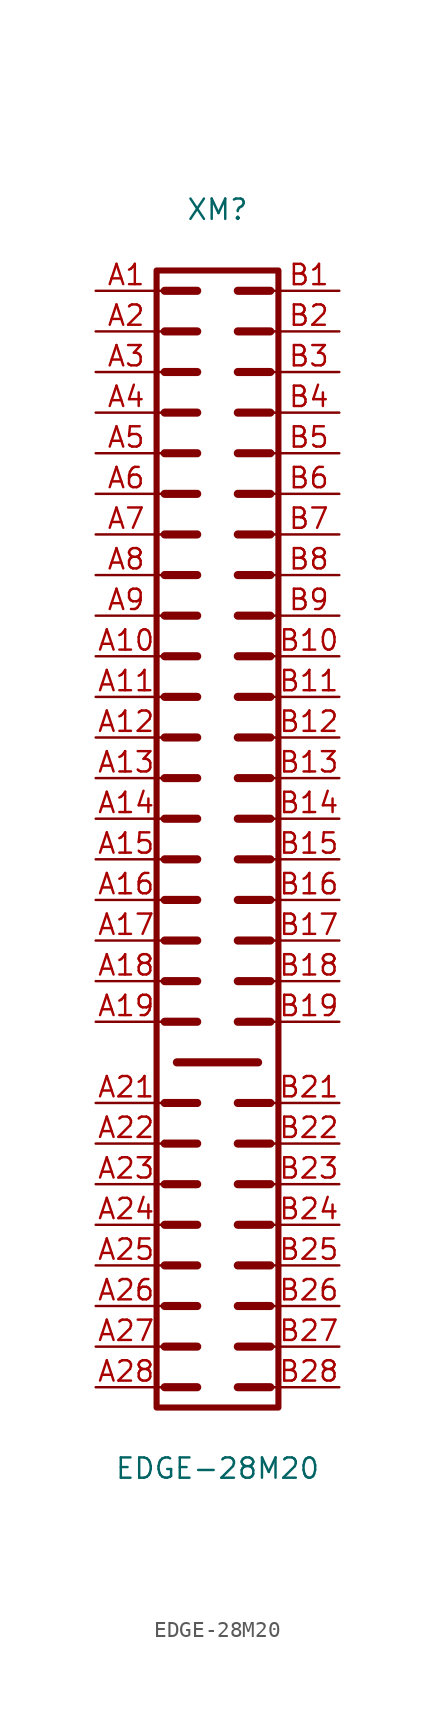
<source format=kicad_sym>
(kicad_symbol_lib
  (version 20231120)
  (generator "kicad_symbol_editor")
  (generator_version "8.0")
  (symbol "EDGE-28M20"
    (pin_names
      (offset 1.016))
    (property "Reference" "XM"
      (at 0 39.37 0)
      (effects (font (size 1.27 1.27))))
    (property "Value" "EDGE-28M20"
      (at 0 -39.37 0)
      (effects (font (size 1.27 1.27))))
    (symbol "EDGE-28M20_0_0"
      (polyline (pts (xy -2.54 -13.97) (xy 2.54 -13.97)) (stroke (width 0.508) (type default)) (fill (type none))))
    (symbol "EDGE-28M20_0_1"
      (rectangle (start -3.81 35.56) (end 3.81 -35.56) (stroke (width 0.381) (type default)) (fill (type none)))
      (polyline (pts (xy -3.81 -34.29) (xy -3.302 -34.29)) (stroke (width 0) (type default)) (fill (type none)))
      (polyline (pts (xy -3.81 -31.75) (xy -3.302 -31.75)) (stroke (width 0) (type default)) (fill (type none)))
      (polyline (pts (xy -3.81 -29.21) (xy -3.302 -29.21)) (stroke (width 0) (type default)) (fill (type none)))
      (polyline (pts (xy -3.81 -26.67) (xy -3.302 -26.67)) (stroke (width 0) (type default)) (fill (type none)))
      (polyline (pts (xy -3.81 -24.13) (xy -3.302 -24.13)) (stroke (width 0) (type default)) (fill (type none)))
      (polyline (pts (xy -3.81 -21.59) (xy -3.302 -21.59)) (stroke (width 0) (type default)) (fill (type none)))
      (polyline (pts (xy -3.81 -19.05) (xy -3.302 -19.05)) (stroke (width 0) (type default)) (fill (type none)))
      (polyline (pts (xy -3.81 -16.51) (xy -3.302 -16.51)) (stroke (width 0) (type default)) (fill (type none)))
      (polyline (pts (xy -3.81 -11.43) (xy -3.302 -11.43)) (stroke (width 0) (type default)) (fill (type none)))
      (polyline (pts (xy -3.81 -8.89) (xy -3.302 -8.89)) (stroke (width 0) (type default)) (fill (type none)))
      (polyline (pts (xy -3.81 -6.35) (xy -3.302 -6.35)) (stroke (width 0) (type default)) (fill (type none)))
      (polyline (pts (xy -3.81 -3.81) (xy -3.302 -3.81)) (stroke (width 0) (type default)) (fill (type none)))
      (polyline (pts (xy -3.81 -1.27) (xy -3.302 -1.27)) (stroke (width 0) (type default)) (fill (type none)))
      (polyline (pts (xy -3.81 1.27) (xy -3.302 1.27)) (stroke (width 0) (type default)) (fill (type none)))
      (polyline (pts (xy -3.81 3.81) (xy -3.302 3.81)) (stroke (width 0) (type default)) (fill (type none)))
      (polyline (pts (xy -3.81 6.35) (xy -3.302 6.35)) (stroke (width 0) (type default)) (fill (type none)))
      (polyline (pts (xy -3.81 8.89) (xy -3.302 8.89)) (stroke (width 0) (type default)) (fill (type none)))
      (polyline (pts (xy -3.81 11.43) (xy -3.302 11.43)) (stroke (width 0) (type default)) (fill (type none)))
      (polyline (pts (xy -3.81 13.97) (xy -3.302 13.97)) (stroke (width 0) (type default)) (fill (type none)))
      (polyline (pts (xy -3.81 16.51) (xy -3.302 16.51)) (stroke (width 0) (type default)) (fill (type none)))
      (polyline (pts (xy -3.81 19.05) (xy -3.302 19.05)) (stroke (width 0) (type default)) (fill (type none)))
      (polyline (pts (xy -3.81 21.59) (xy -3.302 21.59)) (stroke (width 0) (type default)) (fill (type none)))
      (polyline (pts (xy -3.81 24.13) (xy -3.302 24.13)) (stroke (width 0) (type default)) (fill (type none)))
      (polyline (pts (xy -3.81 26.67) (xy -3.302 26.67)) (stroke (width 0) (type default)) (fill (type none)))
      (polyline (pts (xy -3.81 29.21) (xy -3.302 29.21)) (stroke (width 0) (type default)) (fill (type none)))
      (polyline (pts (xy -3.81 31.75) (xy -3.302 31.75)) (stroke (width 0) (type default)) (fill (type none)))
      (polyline (pts (xy -3.81 34.29) (xy -3.302 34.29)) (stroke (width 0) (type default)) (fill (type none)))
      (polyline (pts (xy -3.302 -34.29) (xy -1.27 -34.29)) (stroke (width 0.508) (type default)) (fill (type none)))
      (polyline (pts (xy -3.302 -31.75) (xy -1.27 -31.75)) (stroke (width 0.508) (type default)) (fill (type none)))
      (polyline (pts (xy -3.302 -29.21) (xy -1.27 -29.21)) (stroke (width 0.508) (type default)) (fill (type none)))
      (polyline (pts (xy -3.302 -26.67) (xy -1.27 -26.67)) (stroke (width 0.508) (type default)) (fill (type none)))
      (polyline (pts (xy -3.302 -24.13) (xy -1.27 -24.13)) (stroke (width 0.508) (type default)) (fill (type none)))
      (polyline (pts (xy -3.302 -21.59) (xy -1.27 -21.59)) (stroke (width 0.508) (type default)) (fill (type none)))
      (polyline (pts (xy -3.302 -19.05) (xy -1.27 -19.05)) (stroke (width 0.508) (type default)) (fill (type none)))
      (polyline (pts (xy -3.302 -16.51) (xy -1.27 -16.51)) (stroke (width 0.508) (type default)) (fill (type none)))
      (polyline (pts (xy -3.302 -11.43) (xy -1.27 -11.43)) (stroke (width 0.508) (type default)) (fill (type none)))
      (polyline (pts (xy -3.302 -8.89) (xy -1.27 -8.89)) (stroke (width 0.508) (type default)) (fill (type none)))
      (polyline (pts (xy -3.302 -6.35) (xy -1.27 -6.35)) (stroke (width 0.508) (type default)) (fill (type none)))
      (polyline (pts (xy -3.302 -3.81) (xy -1.27 -3.81)) (stroke (width 0.508) (type default)) (fill (type none)))
      (polyline (pts (xy -3.302 -1.27) (xy -1.27 -1.27)) (stroke (width 0.508) (type default)) (fill (type none)))
      (polyline (pts (xy -3.302 1.27) (xy -1.27 1.27)) (stroke (width 0.508) (type default)) (fill (type none)))
      (polyline (pts (xy -3.302 3.81) (xy -1.27 3.81)) (stroke (width 0.508) (type default)) (fill (type none)))
      (polyline (pts (xy -3.302 6.35) (xy -1.27 6.35)) (stroke (width 0.508) (type default)) (fill (type none)))
      (polyline (pts (xy -3.302 8.89) (xy -1.27 8.89)) (stroke (width 0.508) (type default)) (fill (type none)))
      (polyline (pts (xy -3.302 11.43) (xy -1.27 11.43)) (stroke (width 0.508) (type default)) (fill (type none)))
      (polyline (pts (xy -3.302 13.97) (xy -1.27 13.97)) (stroke (width 0.508) (type default)) (fill (type none)))
      (polyline (pts (xy -3.302 16.51) (xy -1.27 16.51)) (stroke (width 0.508) (type default)) (fill (type none)))
      (polyline (pts (xy -3.302 19.05) (xy -1.27 19.05)) (stroke (width 0.508) (type default)) (fill (type none)))
      (polyline (pts (xy -3.302 21.59) (xy -1.27 21.59)) (stroke (width 0.508) (type default)) (fill (type none)))
      (polyline (pts (xy -3.302 24.13) (xy -1.27 24.13)) (stroke (width 0.508) (type default)) (fill (type none)))
      (polyline (pts (xy -3.302 26.67) (xy -1.27 26.67)) (stroke (width 0.508) (type default)) (fill (type none)))
      (polyline (pts (xy -3.302 29.21) (xy -1.27 29.21)) (stroke (width 0.508) (type default)) (fill (type none)))
      (polyline (pts (xy -3.302 31.75) (xy -1.27 31.75)) (stroke (width 0.508) (type default)) (fill (type none)))
      (polyline (pts (xy -3.302 34.29) (xy -1.27 34.29)) (stroke (width 0.508) (type default)) (fill (type none)))
      (polyline (pts (xy 3.302 -34.29) (xy 1.27 -34.29)) (stroke (width 0.508) (type default)) (fill (type none)))
      (polyline (pts (xy 3.302 -31.75) (xy 1.27 -31.75)) (stroke (width 0.508) (type default)) (fill (type none)))
      (polyline (pts (xy 3.302 -29.21) (xy 1.27 -29.21)) (stroke (width 0.508) (type default)) (fill (type none)))
      (polyline (pts (xy 3.302 -26.67) (xy 1.27 -26.67)) (stroke (width 0.508) (type default)) (fill (type none)))
      (polyline (pts (xy 3.302 -24.13) (xy 1.27 -24.13)) (stroke (width 0.508) (type default)) (fill (type none)))
      (polyline (pts (xy 3.302 -21.59) (xy 1.27 -21.59)) (stroke (width 0.508) (type default)) (fill (type none)))
      (polyline (pts (xy 3.302 -19.05) (xy 1.27 -19.05)) (stroke (width 0.508) (type default)) (fill (type none)))
      (polyline (pts (xy 3.302 -16.51) (xy 1.27 -16.51)) (stroke (width 0.508) (type default)) (fill (type none)))
      (polyline (pts (xy 3.302 -11.43) (xy 1.27 -11.43)) (stroke (width 0.508) (type default)) (fill (type none)))
      (polyline (pts (xy 3.302 -8.89) (xy 1.27 -8.89)) (stroke (width 0.508) (type default)) (fill (type none)))
      (polyline (pts (xy 3.302 -6.35) (xy 1.27 -6.35)) (stroke (width 0.508) (type default)) (fill (type none)))
      (polyline (pts (xy 3.302 -3.81) (xy 1.27 -3.81)) (stroke (width 0.508) (type default)) (fill (type none)))
      (polyline (pts (xy 3.302 -1.27) (xy 1.27 -1.27)) (stroke (width 0.508) (type default)) (fill (type none)))
      (polyline (pts (xy 3.302 1.27) (xy 1.27 1.27)) (stroke (width 0.508) (type default)) (fill (type none)))
      (polyline (pts (xy 3.302 3.81) (xy 1.27 3.81)) (stroke (width 0.508) (type default)) (fill (type none)))
      (polyline (pts (xy 3.302 6.35) (xy 1.27 6.35)) (stroke (width 0.508) (type default)) (fill (type none)))
      (polyline (pts (xy 3.302 8.89) (xy 1.27 8.89)) (stroke (width 0.508) (type default)) (fill (type none)))
      (polyline (pts (xy 3.302 11.43) (xy 1.27 11.43)) (stroke (width 0.508) (type default)) (fill (type none)))
      (polyline (pts (xy 3.302 13.97) (xy 1.27 13.97)) (stroke (width 0.508) (type default)) (fill (type none)))
      (polyline (pts (xy 3.302 16.51) (xy 1.27 16.51)) (stroke (width 0.508) (type default)) (fill (type none)))
      (polyline (pts (xy 3.302 19.05) (xy 1.27 19.05)) (stroke (width 0.508) (type default)) (fill (type none)))
      (polyline (pts (xy 3.302 21.59) (xy 1.27 21.59)) (stroke (width 0.508) (type default)) (fill (type none)))
      (polyline (pts (xy 3.302 24.13) (xy 1.27 24.13)) (stroke (width 0.508) (type default)) (fill (type none)))
      (polyline (pts (xy 3.302 26.67) (xy 1.27 26.67)) (stroke (width 0.508) (type default)) (fill (type none)))
      (polyline (pts (xy 3.302 29.21) (xy 1.27 29.21)) (stroke (width 0.508) (type default)) (fill (type none)))
      (polyline (pts (xy 3.302 31.75) (xy 1.27 31.75)) (stroke (width 0.508) (type default)) (fill (type none)))
      (polyline (pts (xy 3.302 34.29) (xy 1.27 34.29)) (stroke (width 0.508) (type default)) (fill (type none)))
      (polyline (pts (xy 3.81 -34.29) (xy 3.302 -34.29)) (stroke (width 0) (type default)) (fill (type none)))
      (polyline (pts (xy 3.81 -31.75) (xy 3.302 -31.75)) (stroke (width 0) (type default)) (fill (type none)))
      (polyline (pts (xy 3.81 -29.21) (xy 3.302 -29.21)) (stroke (width 0) (type default)) (fill (type none)))
      (polyline (pts (xy 3.81 -26.67) (xy 3.302 -26.67)) (stroke (width 0) (type default)) (fill (type none)))
      (polyline (pts (xy 3.81 -24.13) (xy 3.302 -24.13)) (stroke (width 0) (type default)) (fill (type none)))
      (polyline (pts (xy 3.81 -21.59) (xy 3.302 -21.59)) (stroke (width 0) (type default)) (fill (type none)))
      (polyline (pts (xy 3.81 -19.05) (xy 3.302 -19.05)) (stroke (width 0) (type default)) (fill (type none)))
      (polyline (pts (xy 3.81 -16.51) (xy 3.302 -16.51)) (stroke (width 0) (type default)) (fill (type none)))
      (polyline (pts (xy 3.81 -11.43) (xy 3.302 -11.43)) (stroke (width 0) (type default)) (fill (type none)))
      (polyline (pts (xy 3.81 -8.89) (xy 3.302 -8.89)) (stroke (width 0) (type default)) (fill (type none)))
      (polyline (pts (xy 3.81 -6.35) (xy 3.302 -6.35)) (stroke (width 0) (type default)) (fill (type none)))
      (polyline (pts (xy 3.81 -3.81) (xy 3.302 -3.81)) (stroke (width 0) (type default)) (fill (type none)))
      (polyline (pts (xy 3.81 -1.27) (xy 3.302 -1.27)) (stroke (width 0) (type default)) (fill (type none)))
      (polyline (pts (xy 3.81 1.27) (xy 3.302 1.27)) (stroke (width 0) (type default)) (fill (type none)))
      (polyline (pts (xy 3.81 3.81) (xy 3.302 3.81)) (stroke (width 0) (type default)) (fill (type none)))
      (polyline (pts (xy 3.81 6.35) (xy 3.302 6.35)) (stroke (width 0) (type default)) (fill (type none)))
      (polyline (pts (xy 3.81 8.89) (xy 3.302 8.89)) (stroke (width 0) (type default)) (fill (type none)))
      (polyline (pts (xy 3.81 11.43) (xy 3.302 11.43)) (stroke (width 0) (type default)) (fill (type none)))
      (polyline (pts (xy 3.81 13.97) (xy 3.302 13.97)) (stroke (width 0) (type default)) (fill (type none)))
      (polyline (pts (xy 3.81 16.51) (xy 3.302 16.51)) (stroke (width 0) (type default)) (fill (type none)))
      (polyline (pts (xy 3.81 19.05) (xy 3.302 19.05)) (stroke (width 0) (type default)) (fill (type none)))
      (polyline (pts (xy 3.81 21.59) (xy 3.302 21.59)) (stroke (width 0) (type default)) (fill (type none)))
      (polyline (pts (xy 3.81 24.13) (xy 3.302 24.13)) (stroke (width 0) (type default)) (fill (type none)))
      (polyline (pts (xy 3.81 26.67) (xy 3.302 26.67)) (stroke (width 0) (type default)) (fill (type none)))
      (polyline (pts (xy 3.81 29.21) (xy 3.302 29.21)) (stroke (width 0) (type default)) (fill (type none)))
      (polyline (pts (xy 3.81 31.75) (xy 3.302 31.75)) (stroke (width 0) (type default)) (fill (type none)))
      (polyline (pts (xy 3.81 34.29) (xy 3.302 34.29)) (stroke (width 0) (type default)) (fill (type none))))
    (symbol "EDGE-28M20_1_1"
      (pin passive line (at -7.62 34.29 0) (length 3.81) (name "~" (effects (font (size 1.27 1.27)))) (number "A1" (effects (font (size 1.27 1.27)))))
      (pin passive line (at -7.62 11.43 0) (length 3.81) (name "~" (effects (font (size 1.27 1.27)))) (number "A10" (effects (font (size 1.27 1.27)))))
      (pin passive line (at -7.62 8.89 0) (length 3.81) (name "~" (effects (font (size 1.27 1.27)))) (number "A11" (effects (font (size 1.27 1.27)))))
      (pin passive line (at -7.62 6.35 0) (length 3.81) (name "~" (effects (font (size 1.27 1.27)))) (number "A12" (effects (font (size 1.27 1.27)))))
      (pin passive line (at -7.62 3.81 0) (length 3.81) (name "~" (effects (font (size 1.27 1.27)))) (number "A13" (effects (font (size 1.27 1.27)))))
      (pin passive line (at -7.62 1.27 0) (length 3.81) (name "~" (effects (font (size 1.27 1.27)))) (number "A14" (effects (font (size 1.27 1.27)))))
      (pin passive line (at -7.62 -1.27 0) (length 3.81) (name "~" (effects (font (size 1.27 1.27)))) (number "A15" (effects (font (size 1.27 1.27)))))
      (pin passive line (at -7.62 -3.81 0) (length 3.81) (name "~" (effects (font (size 1.27 1.27)))) (number "A16" (effects (font (size 1.27 1.27)))))
      (pin passive line (at -7.62 -6.35 0) (length 3.81) (name "~" (effects (font (size 1.27 1.27)))) (number "A17" (effects (font (size 1.27 1.27)))))
      (pin passive line (at -7.62 -8.89 0) (length 3.81) (name "~" (effects (font (size 1.27 1.27)))) (number "A18" (effects (font (size 1.27 1.27)))))
      (pin passive line (at -7.62 -11.43 0) (length 3.81) (name "~" (effects (font (size 1.27 1.27)))) (number "A19" (effects (font (size 1.27 1.27)))))
      (pin passive line (at -7.62 31.75 0) (length 3.81) (name "~" (effects (font (size 1.27 1.27)))) (number "A2" (effects (font (size 1.27 1.27)))))
      (pin passive line (at -7.62 -16.51 0) (length 3.81) (name "~" (effects (font (size 1.27 1.27)))) (number "A21" (effects (font (size 1.27 1.27)))))
      (pin passive line (at -7.62 -19.05 0) (length 3.81) (name "~" (effects (font (size 1.27 1.27)))) (number "A22" (effects (font (size 1.27 1.27)))))
      (pin passive line (at -7.62 -21.59 0) (length 3.81) (name "~" (effects (font (size 1.27 1.27)))) (number "A23" (effects (font (size 1.27 1.27)))))
      (pin passive line (at -7.62 -24.13 0) (length 3.81) (name "~" (effects (font (size 1.27 1.27)))) (number "A24" (effects (font (size 1.27 1.27)))))
      (pin passive line (at -7.62 -26.67 0) (length 3.81) (name "~" (effects (font (size 1.27 1.27)))) (number "A25" (effects (font (size 1.27 1.27)))))
      (pin passive line (at -7.62 -29.21 0) (length 3.81) (name "~" (effects (font (size 1.27 1.27)))) (number "A26" (effects (font (size 1.27 1.27)))))
      (pin passive line (at -7.62 -31.75 0) (length 3.81) (name "~" (effects (font (size 1.27 1.27)))) (number "A27" (effects (font (size 1.27 1.27)))))
      (pin passive line (at -7.62 -34.29 0) (length 3.81) (name "~" (effects (font (size 1.27 1.27)))) (number "A28" (effects (font (size 1.27 1.27)))))
      (pin passive line (at -7.62 29.21 0) (length 3.81) (name "~" (effects (font (size 1.27 1.27)))) (number "A3" (effects (font (size 1.27 1.27)))))
      (pin passive line (at -7.62 26.67 0) (length 3.81) (name "~" (effects (font (size 1.27 1.27)))) (number "A4" (effects (font (size 1.27 1.27)))))
      (pin passive line (at -7.62 24.13 0) (length 3.81) (name "~" (effects (font (size 1.27 1.27)))) (number "A5" (effects (font (size 1.27 1.27)))))
      (pin passive line (at -7.62 21.59 0) (length 3.81) (name "~" (effects (font (size 1.27 1.27)))) (number "A6" (effects (font (size 1.27 1.27)))))
      (pin passive line (at -7.62 19.05 0) (length 3.81) (name "~" (effects (font (size 1.27 1.27)))) (number "A7" (effects (font (size 1.27 1.27)))))
      (pin passive line (at -7.62 16.51 0) (length 3.81) (name "~" (effects (font (size 1.27 1.27)))) (number "A8" (effects (font (size 1.27 1.27)))))
      (pin passive line (at -7.62 13.97 0) (length 3.81) (name "~" (effects (font (size 1.27 1.27)))) (number "A9" (effects (font (size 1.27 1.27)))))
      (pin passive line (at 7.62 34.29 180) (length 3.81) (name "~" (effects (font (size 1.27 1.27)))) (number "B1" (effects (font (size 1.27 1.27)))))
      (pin passive line (at 7.62 11.43 180) (length 3.81) (name "~" (effects (font (size 1.27 1.27)))) (number "B10" (effects (font (size 1.27 1.27)))))
      (pin passive line (at 7.62 8.89 180) (length 3.81) (name "~" (effects (font (size 1.27 1.27)))) (number "B11" (effects (font (size 1.27 1.27)))))
      (pin passive line (at 7.62 6.35 180) (length 3.81) (name "~" (effects (font (size 1.27 1.27)))) (number "B12" (effects (font (size 1.27 1.27)))))
      (pin passive line (at 7.62 3.81 180) (length 3.81) (name "~" (effects (font (size 1.27 1.27)))) (number "B13" (effects (font (size 1.27 1.27)))))
      (pin passive line (at 7.62 1.27 180) (length 3.81) (name "~" (effects (font (size 1.27 1.27)))) (number "B14" (effects (font (size 1.27 1.27)))))
      (pin passive line (at 7.62 -1.27 180) (length 3.81) (name "~" (effects (font (size 1.27 1.27)))) (number "B15" (effects (font (size 1.27 1.27)))))
      (pin passive line (at 7.62 -3.81 180) (length 3.81) (name "~" (effects (font (size 1.27 1.27)))) (number "B16" (effects (font (size 1.27 1.27)))))
      (pin passive line (at 7.62 -6.35 180) (length 3.81) (name "~" (effects (font (size 1.27 1.27)))) (number "B17" (effects (font (size 1.27 1.27)))))
      (pin passive line (at 7.62 -8.89 180) (length 3.81) (name "~" (effects (font (size 1.27 1.27)))) (number "B18" (effects (font (size 1.27 1.27)))))
      (pin passive line (at 7.62 -11.43 180) (length 3.81) (name "~" (effects (font (size 1.27 1.27)))) (number "B19" (effects (font (size 1.27 1.27)))))
      (pin passive line (at 7.62 31.75 180) (length 3.81) (name "~" (effects (font (size 1.27 1.27)))) (number "B2" (effects (font (size 1.27 1.27)))))
      (pin passive line (at 7.62 -16.51 180) (length 3.81) (name "~" (effects (font (size 1.27 1.27)))) (number "B21" (effects (font (size 1.27 1.27)))))
      (pin passive line (at 7.62 -19.05 180) (length 3.81) (name "~" (effects (font (size 1.27 1.27)))) (number "B22" (effects (font (size 1.27 1.27)))))
      (pin passive line (at 7.62 -21.59 180) (length 3.81) (name "~" (effects (font (size 1.27 1.27)))) (number "B23" (effects (font (size 1.27 1.27)))))
      (pin passive line (at 7.62 -24.13 180) (length 3.81) (name "~" (effects (font (size 1.27 1.27)))) (number "B24" (effects (font (size 1.27 1.27)))))
      (pin passive line (at 7.62 -26.67 180) (length 3.81) (name "~" (effects (font (size 1.27 1.27)))) (number "B25" (effects (font (size 1.27 1.27)))))
      (pin passive line (at 7.62 -29.21 180) (length 3.81) (name "~" (effects (font (size 1.27 1.27)))) (number "B26" (effects (font (size 1.27 1.27)))))
      (pin passive line (at 7.62 -31.75 180) (length 3.81) (name "~" (effects (font (size 1.27 1.27)))) (number "B27" (effects (font (size 1.27 1.27)))))
      (pin passive line (at 7.62 -34.29 180) (length 3.81) (name "~" (effects (font (size 1.27 1.27)))) (number "B28" (effects (font (size 1.27 1.27)))))
      (pin passive line (at 7.62 29.21 180) (length 3.81) (name "~" (effects (font (size 1.27 1.27)))) (number "B3" (effects (font (size 1.27 1.27)))))
      (pin passive line (at 7.62 26.67 180) (length 3.81) (name "~" (effects (font (size 1.27 1.27)))) (number "B4" (effects (font (size 1.27 1.27)))))
      (pin passive line (at 7.62 24.13 180) (length 3.81) (name "~" (effects (font (size 1.27 1.27)))) (number "B5" (effects (font (size 1.27 1.27)))))
      (pin passive line (at 7.62 21.59 180) (length 3.81) (name "~" (effects (font (size 1.27 1.27)))) (number "B6" (effects (font (size 1.27 1.27)))))
      (pin passive line (at 7.62 19.05 180) (length 3.81) (name "~" (effects (font (size 1.27 1.27)))) (number "B7" (effects (font (size 1.27 1.27)))))
      (pin passive line (at 7.62 16.51 180) (length 3.81) (name "~" (effects (font (size 1.27 1.27)))) (number "B8" (effects (font (size 1.27 1.27)))))
      (pin passive line (at 7.62 13.97 180) (length 3.81) (name "~" (effects (font (size 1.27 1.27)))) (number "B9" (effects (font (size 1.27 1.27))))))))
</source>
